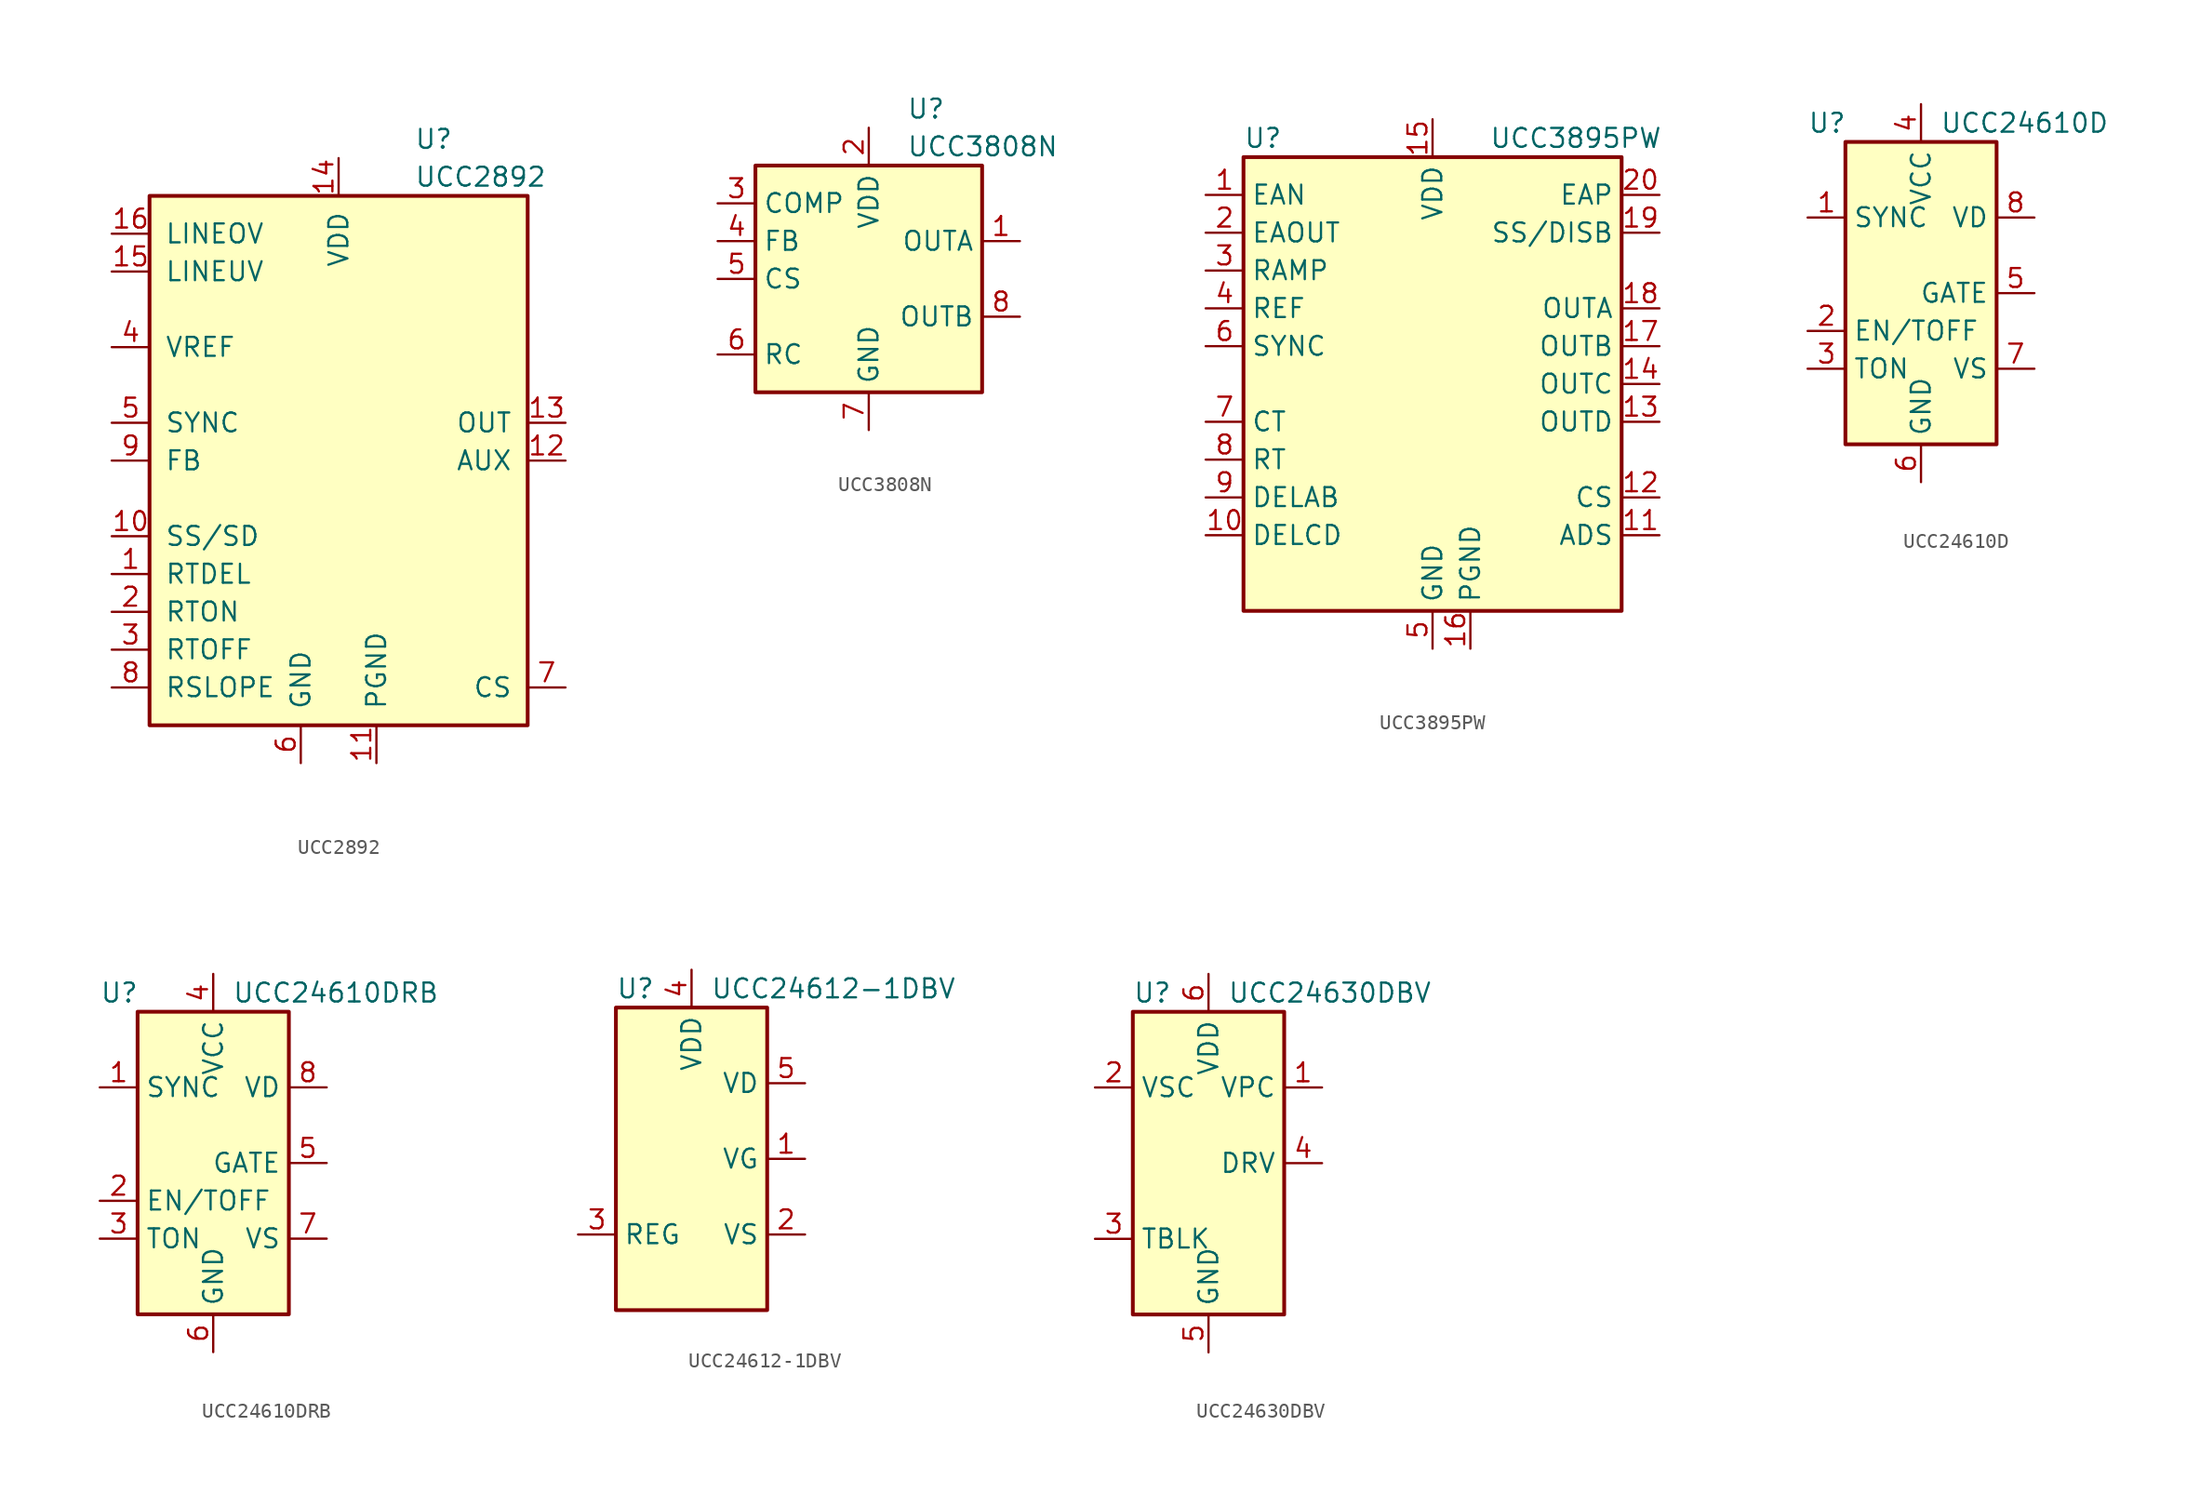
<source format=kicad_sym>
(kicad_symbol_lib
  (version 20211014)
  (generator kicad_symbol_editor)
  (symbol "UCC2892"
    (pin_names
      (offset 1.016))
    (property "Reference" "U"
      (at 5.08 21.59 0)
      (effects (font (size 1.27 1.27)) (justify left)))
    (property "Value" "UCC2892"
      (at 5.08 19.05 0)
      (effects (font (size 1.27 1.27)) (justify left)))
    (symbol "UCC2892_0_1"
      (rectangle (start -12.7 -17.78) (end 12.7 17.78) (stroke (width 0.254) (type default) (color 0 0 0 0)) (fill (type background))))
    (symbol "UCC2892_1_1"
      (pin passive line (at -15.24 -7.62 0) (length 2.54) (name "RTDEL" (effects (font (size 1.27 1.27)))) (number "1" (effects (font (size 1.27 1.27)))))
      (pin passive line (at -15.24 -5.08 0) (length 2.54) (name "SS/SD" (effects (font (size 1.27 1.27)))) (number "10" (effects (font (size 1.27 1.27)))))
      (pin power_in line (at 2.54 -20.32 90) (length 2.54) (name "PGND" (effects (font (size 1.27 1.27)))) (number "11" (effects (font (size 1.27 1.27)))))
      (pin output line (at 15.24 0 180) (length 2.54) (name "AUX" (effects (font (size 1.27 1.27)))) (number "12" (effects (font (size 1.27 1.27)))))
      (pin output line (at 15.24 2.54 180) (length 2.54) (name "OUT" (effects (font (size 1.27 1.27)))) (number "13" (effects (font (size 1.27 1.27)))))
      (pin power_in line (at 0 20.32 270) (length 2.54) (name "VDD" (effects (font (size 1.27 1.27)))) (number "14" (effects (font (size 1.27 1.27)))))
      (pin passive line (at -15.24 12.7 0) (length 2.54) (name "LINEUV" (effects (font (size 1.27 1.27)))) (number "15" (effects (font (size 1.27 1.27)))))
      (pin passive line (at -15.24 15.24 0) (length 2.54) (name "LINEOV" (effects (font (size 1.27 1.27)))) (number "16" (effects (font (size 1.27 1.27)))))
      (pin passive line (at -15.24 -10.16 0) (length 2.54) (name "RTON" (effects (font (size 1.27 1.27)))) (number "2" (effects (font (size 1.27 1.27)))))
      (pin passive line (at -15.24 -12.7 0) (length 2.54) (name "RTOFF" (effects (font (size 1.27 1.27)))) (number "3" (effects (font (size 1.27 1.27)))))
      (pin output line (at -15.24 7.62 0) (length 2.54) (name "VREF" (effects (font (size 1.27 1.27)))) (number "4" (effects (font (size 1.27 1.27)))))
      (pin input line (at -15.24 2.54 0) (length 2.54) (name "SYNC" (effects (font (size 1.27 1.27)))) (number "5" (effects (font (size 1.27 1.27)))))
      (pin power_in line (at -2.54 -20.32 90) (length 2.54) (name "GND" (effects (font (size 1.27 1.27)))) (number "6" (effects (font (size 1.27 1.27)))))
      (pin input line (at 15.24 -15.24 180) (length 2.54) (name "CS" (effects (font (size 1.27 1.27)))) (number "7" (effects (font (size 1.27 1.27)))))
      (pin passive line (at -15.24 -15.24 0) (length 2.54) (name "RSLOPE" (effects (font (size 1.27 1.27)))) (number "8" (effects (font (size 1.27 1.27)))))
      (pin input line (at -15.24 0 0) (length 2.54) (name "FB" (effects (font (size 1.27 1.27)))) (number "9" (effects (font (size 1.27 1.27)))))))
  (symbol "UCC3808N"
    (property "Reference" "U"
      (at 2.54 11.43 0)
      (effects (font (size 1.27 1.27)) (justify left)))
    (property "Value" "UCC3808N"
      (at 2.54 8.89 0)
      (effects (font (size 1.27 1.27)) (justify left)))
    (symbol "UCC3808N_0_1"
      (rectangle (start -7.62 -7.62) (end 7.62 7.62) (stroke (width 0.254) (type default) (color 0 0 0 0)) (fill (type background))))
    (symbol "UCC3808N_1_1"
      (pin output line (at 10.16 2.54 180) (length 2.54) (name "OUTA" (effects (font (size 1.27 1.27)))) (number "1" (effects (font (size 1.27 1.27)))))
      (pin power_in line (at 0 10.16 270) (length 2.54) (name "VDD" (effects (font (size 1.27 1.27)))) (number "2" (effects (font (size 1.27 1.27)))))
      (pin passive line (at -10.16 5.08 0) (length 2.54) (name "COMP" (effects (font (size 1.27 1.27)))) (number "3" (effects (font (size 1.27 1.27)))))
      (pin input line (at -10.16 2.54 0) (length 2.54) (name "FB" (effects (font (size 1.27 1.27)))) (number "4" (effects (font (size 1.27 1.27)))))
      (pin input line (at -10.16 0 0) (length 2.54) (name "CS" (effects (font (size 1.27 1.27)))) (number "5" (effects (font (size 1.27 1.27)))))
      (pin passive line (at -10.16 -5.08 0) (length 2.54) (name "RC" (effects (font (size 1.27 1.27)))) (number "6" (effects (font (size 1.27 1.27)))))
      (pin power_in line (at 0 -10.16 90) (length 2.54) (name "GND" (effects (font (size 1.27 1.27)))) (number "7" (effects (font (size 1.27 1.27)))))
      (pin output line (at 10.16 -2.54 180) (length 2.54) (name "OUTB" (effects (font (size 1.27 1.27)))) (number "8" (effects (font (size 1.27 1.27)))))))
  (symbol "UCC3895PW"
    (property "Reference" "U"
      (at -12.7 16.51 0)
      (effects (font (size 1.27 1.27)) (justify left)))
    (property "Value" "UCC3895PW"
      (at 3.81 16.51 0)
      (effects (font (size 1.27 1.27)) (justify left)))
    (symbol "UCC3895PW_0_1"
      (rectangle (start -12.7 15.24) (end 12.7 -15.24) (stroke (width 0.254) (type default) (color 0 0 0 0)) (fill (type background))))
    (symbol "UCC3895PW_1_1"
      (pin input line (at -15.24 12.7 0) (length 2.54) (name "EAN" (effects (font (size 1.27 1.27)))) (number "1" (effects (font (size 1.27 1.27)))))
      (pin passive line (at -15.24 -10.16 0) (length 2.54) (name "DELCD" (effects (font (size 1.27 1.27)))) (number "10" (effects (font (size 1.27 1.27)))))
      (pin input line (at 15.24 -10.16 180) (length 2.54) (name "ADS" (effects (font (size 1.27 1.27)))) (number "11" (effects (font (size 1.27 1.27)))))
      (pin input line (at 15.24 -7.62 180) (length 2.54) (name "CS" (effects (font (size 1.27 1.27)))) (number "12" (effects (font (size 1.27 1.27)))))
      (pin output line (at 15.24 -2.54 180) (length 2.54) (name "OUTD" (effects (font (size 1.27 1.27)))) (number "13" (effects (font (size 1.27 1.27)))))
      (pin output line (at 15.24 0 180) (length 2.54) (name "OUTC" (effects (font (size 1.27 1.27)))) (number "14" (effects (font (size 1.27 1.27)))))
      (pin power_in line (at 0 17.78 270) (length 2.54) (name "VDD" (effects (font (size 1.27 1.27)))) (number "15" (effects (font (size 1.27 1.27)))))
      (pin power_in line (at 2.54 -17.78 90) (length 2.54) (name "PGND" (effects (font (size 1.27 1.27)))) (number "16" (effects (font (size 1.27 1.27)))))
      (pin output line (at 15.24 2.54 180) (length 2.54) (name "OUTB" (effects (font (size 1.27 1.27)))) (number "17" (effects (font (size 1.27 1.27)))))
      (pin output line (at 15.24 5.08 180) (length 2.54) (name "OUTA" (effects (font (size 1.27 1.27)))) (number "18" (effects (font (size 1.27 1.27)))))
      (pin passive line (at 15.24 10.16 180) (length 2.54) (name "SS/DISB" (effects (font (size 1.27 1.27)))) (number "19" (effects (font (size 1.27 1.27)))))
      (pin bidirectional line (at -15.24 10.16 0) (length 2.54) (name "EAOUT" (effects (font (size 1.27 1.27)))) (number "2" (effects (font (size 1.27 1.27)))))
      (pin input line (at 15.24 12.7 180) (length 2.54) (name "EAP" (effects (font (size 1.27 1.27)))) (number "20" (effects (font (size 1.27 1.27)))))
      (pin input line (at -15.24 7.62 0) (length 2.54) (name "RAMP" (effects (font (size 1.27 1.27)))) (number "3" (effects (font (size 1.27 1.27)))))
      (pin output line (at -15.24 5.08 0) (length 2.54) (name "REF" (effects (font (size 1.27 1.27)))) (number "4" (effects (font (size 1.27 1.27)))))
      (pin power_in line (at 0 -17.78 90) (length 2.54) (name "GND" (effects (font (size 1.27 1.27)))) (number "5" (effects (font (size 1.27 1.27)))))
      (pin bidirectional line (at -15.24 2.54 0) (length 2.54) (name "SYNC" (effects (font (size 1.27 1.27)))) (number "6" (effects (font (size 1.27 1.27)))))
      (pin passive line (at -15.24 -2.54 0) (length 2.54) (name "CT" (effects (font (size 1.27 1.27)))) (number "7" (effects (font (size 1.27 1.27)))))
      (pin passive line (at -15.24 -5.08 0) (length 2.54) (name "RT" (effects (font (size 1.27 1.27)))) (number "8" (effects (font (size 1.27 1.27)))))
      (pin passive line (at -15.24 -7.62 0) (length 2.54) (name "DELAB" (effects (font (size 1.27 1.27)))) (number "9" (effects (font (size 1.27 1.27)))))))
  (symbol "UCC24610D"
    (property "Reference" "U"
      (at -7.62 11.43 0)
      (effects (font (size 1.27 1.27)) (justify left)))
    (property "Value" "UCC24610D"
      (at 1.27 11.43 0)
      (effects (font (size 1.27 1.27)) (justify left)))
    (symbol "UCC24610D_0_1"
      (rectangle (start -5.08 -10.16) (end 5.08 10.16) (stroke (width 0.254) (type default) (color 0 0 0 0)) (fill (type background))))
    (symbol "UCC24610D_1_1"
      (pin input line (at -7.62 5.08 0) (length 2.54) (name "SYNC" (effects (font (size 1.27 1.27)))) (number "1" (effects (font (size 1.27 1.27)))))
      (pin input line (at -7.62 -2.54 0) (length 2.54) (name "EN/TOFF" (effects (font (size 1.27 1.27)))) (number "2" (effects (font (size 1.27 1.27)))))
      (pin input line (at -7.62 -5.08 0) (length 2.54) (name "TON" (effects (font (size 1.27 1.27)))) (number "3" (effects (font (size 1.27 1.27)))))
      (pin power_in line (at 0 12.7 270) (length 2.54) (name "VCC" (effects (font (size 1.27 1.27)))) (number "4" (effects (font (size 1.27 1.27)))))
      (pin output line (at 7.62 0 180) (length 2.54) (name "GATE" (effects (font (size 1.27 1.27)))) (number "5" (effects (font (size 1.27 1.27)))))
      (pin power_in line (at 0 -12.7 90) (length 2.54) (name "GND" (effects (font (size 1.27 1.27)))) (number "6" (effects (font (size 1.27 1.27)))))
      (pin input line (at 7.62 -5.08 180) (length 2.54) (name "VS" (effects (font (size 1.27 1.27)))) (number "7" (effects (font (size 1.27 1.27)))))
      (pin input line (at 7.62 5.08 180) (length 2.54) (name "VD" (effects (font (size 1.27 1.27)))) (number "8" (effects (font (size 1.27 1.27)))))))
  (symbol "UCC24610DRB"
    (property "Reference" "U"
      (at -7.62 11.43 0)
      (effects (font (size 1.27 1.27)) (justify left)))
    (property "Value" "UCC24610DRB"
      (at 1.27 11.43 0)
      (effects (font (size 1.27 1.27)) (justify left)))
    (symbol "UCC24610DRB_0_1"
      (rectangle (start -5.08 -10.16) (end 5.08 10.16) (stroke (width 0.254) (type default) (color 0 0 0 0)) (fill (type background))))
    (symbol "UCC24610DRB_1_1"
      (pin input line (at -7.62 5.08 0) (length 2.54) (name "SYNC" (effects (font (size 1.27 1.27)))) (number "1" (effects (font (size 1.27 1.27)))))
      (pin input line (at -7.62 -2.54 0) (length 2.54) (name "EN/TOFF" (effects (font (size 1.27 1.27)))) (number "2" (effects (font (size 1.27 1.27)))))
      (pin input line (at -7.62 -5.08 0) (length 2.54) (name "TON" (effects (font (size 1.27 1.27)))) (number "3" (effects (font (size 1.27 1.27)))))
      (pin power_in line (at 0 12.7 270) (length 2.54) (name "VCC" (effects (font (size 1.27 1.27)))) (number "4" (effects (font (size 1.27 1.27)))))
      (pin output line (at 7.62 0 180) (length 2.54) (name "GATE" (effects (font (size 1.27 1.27)))) (number "5" (effects (font (size 1.27 1.27)))))
      (pin power_in line (at 0 -12.7 90) (length 2.54) (name "GND" (effects (font (size 1.27 1.27)))) (number "6" (effects (font (size 1.27 1.27)))))
      (pin input line (at 7.62 -5.08 180) (length 2.54) (name "VS" (effects (font (size 1.27 1.27)))) (number "7" (effects (font (size 1.27 1.27)))))
      (pin input line (at 7.62 5.08 180) (length 2.54) (name "VD" (effects (font (size 1.27 1.27)))) (number "8" (effects (font (size 1.27 1.27)))))))
  (symbol "UCC24612-1DBV"
    (property "Reference" "U"
      (at -5.08 11.43 0)
      (effects (font (size 1.27 1.27)) (justify left)))
    (property "Value" "UCC24612-1DBV"
      (at 1.27 11.43 0)
      (effects (font (size 1.27 1.27)) (justify left)))
    (symbol "UCC24612-1DBV_0_1"
      (rectangle (start -5.08 -10.16) (end 5.08 10.16) (stroke (width 0.254) (type default) (color 0 0 0 0)) (fill (type background))))
    (symbol "UCC24612-1DBV_1_1"
      (pin output line (at 7.62 0 180) (length 2.54) (name "VG" (effects (font (size 1.27 1.27)))) (number "1" (effects (font (size 1.27 1.27)))))
      (pin input line (at 7.62 -5.08 180) (length 2.54) (name "VS" (effects (font (size 1.27 1.27)))) (number "2" (effects (font (size 1.27 1.27)))))
      (pin passive line (at -7.62 -5.08 0) (length 2.54) (name "REG" (effects (font (size 1.27 1.27)))) (number "3" (effects (font (size 1.27 1.27)))))
      (pin power_in line (at 0 12.7 270) (length 2.54) (name "VDD" (effects (font (size 1.27 1.27)))) (number "4" (effects (font (size 1.27 1.27)))))
      (pin input line (at 7.62 5.08 180) (length 2.54) (name "VD" (effects (font (size 1.27 1.27)))) (number "5" (effects (font (size 1.27 1.27)))))))
  (symbol "UCC24630DBV"
    (property "Reference" "U"
      (at -5.08 11.43 0)
      (effects (font (size 1.27 1.27)) (justify left)))
    (property "Value" "UCC24630DBV"
      (at 1.27 11.43 0)
      (effects (font (size 1.27 1.27)) (justify left)))
    (symbol "UCC24630DBV_0_1"
      (rectangle (start -5.08 -10.16) (end 5.08 10.16) (stroke (width 0.254) (type default) (color 0 0 0 0)) (fill (type background))))
    (symbol "UCC24630DBV_1_1"
      (pin input line (at 7.62 5.08 180) (length 2.54) (name "VPC" (effects (font (size 1.27 1.27)))) (number "1" (effects (font (size 1.27 1.27)))))
      (pin input line (at -7.62 5.08 0) (length 2.54) (name "VSC" (effects (font (size 1.27 1.27)))) (number "2" (effects (font (size 1.27 1.27)))))
      (pin passive line (at -7.62 -5.08 0) (length 2.54) (name "TBLK" (effects (font (size 1.27 1.27)))) (number "3" (effects (font (size 1.27 1.27)))))
      (pin output line (at 7.62 0 180) (length 2.54) (name "DRV" (effects (font (size 1.27 1.27)))) (number "4" (effects (font (size 1.27 1.27)))))
      (pin power_in line (at 0 -12.7 90) (length 2.54) (name "GND" (effects (font (size 1.27 1.27)))) (number "5" (effects (font (size 1.27 1.27)))))
      (pin power_in line (at 0 12.7 270) (length 2.54) (name "VDD" (effects (font (size 1.27 1.27)))) (number "6" (effects (font (size 1.27 1.27))))))))
</source>
